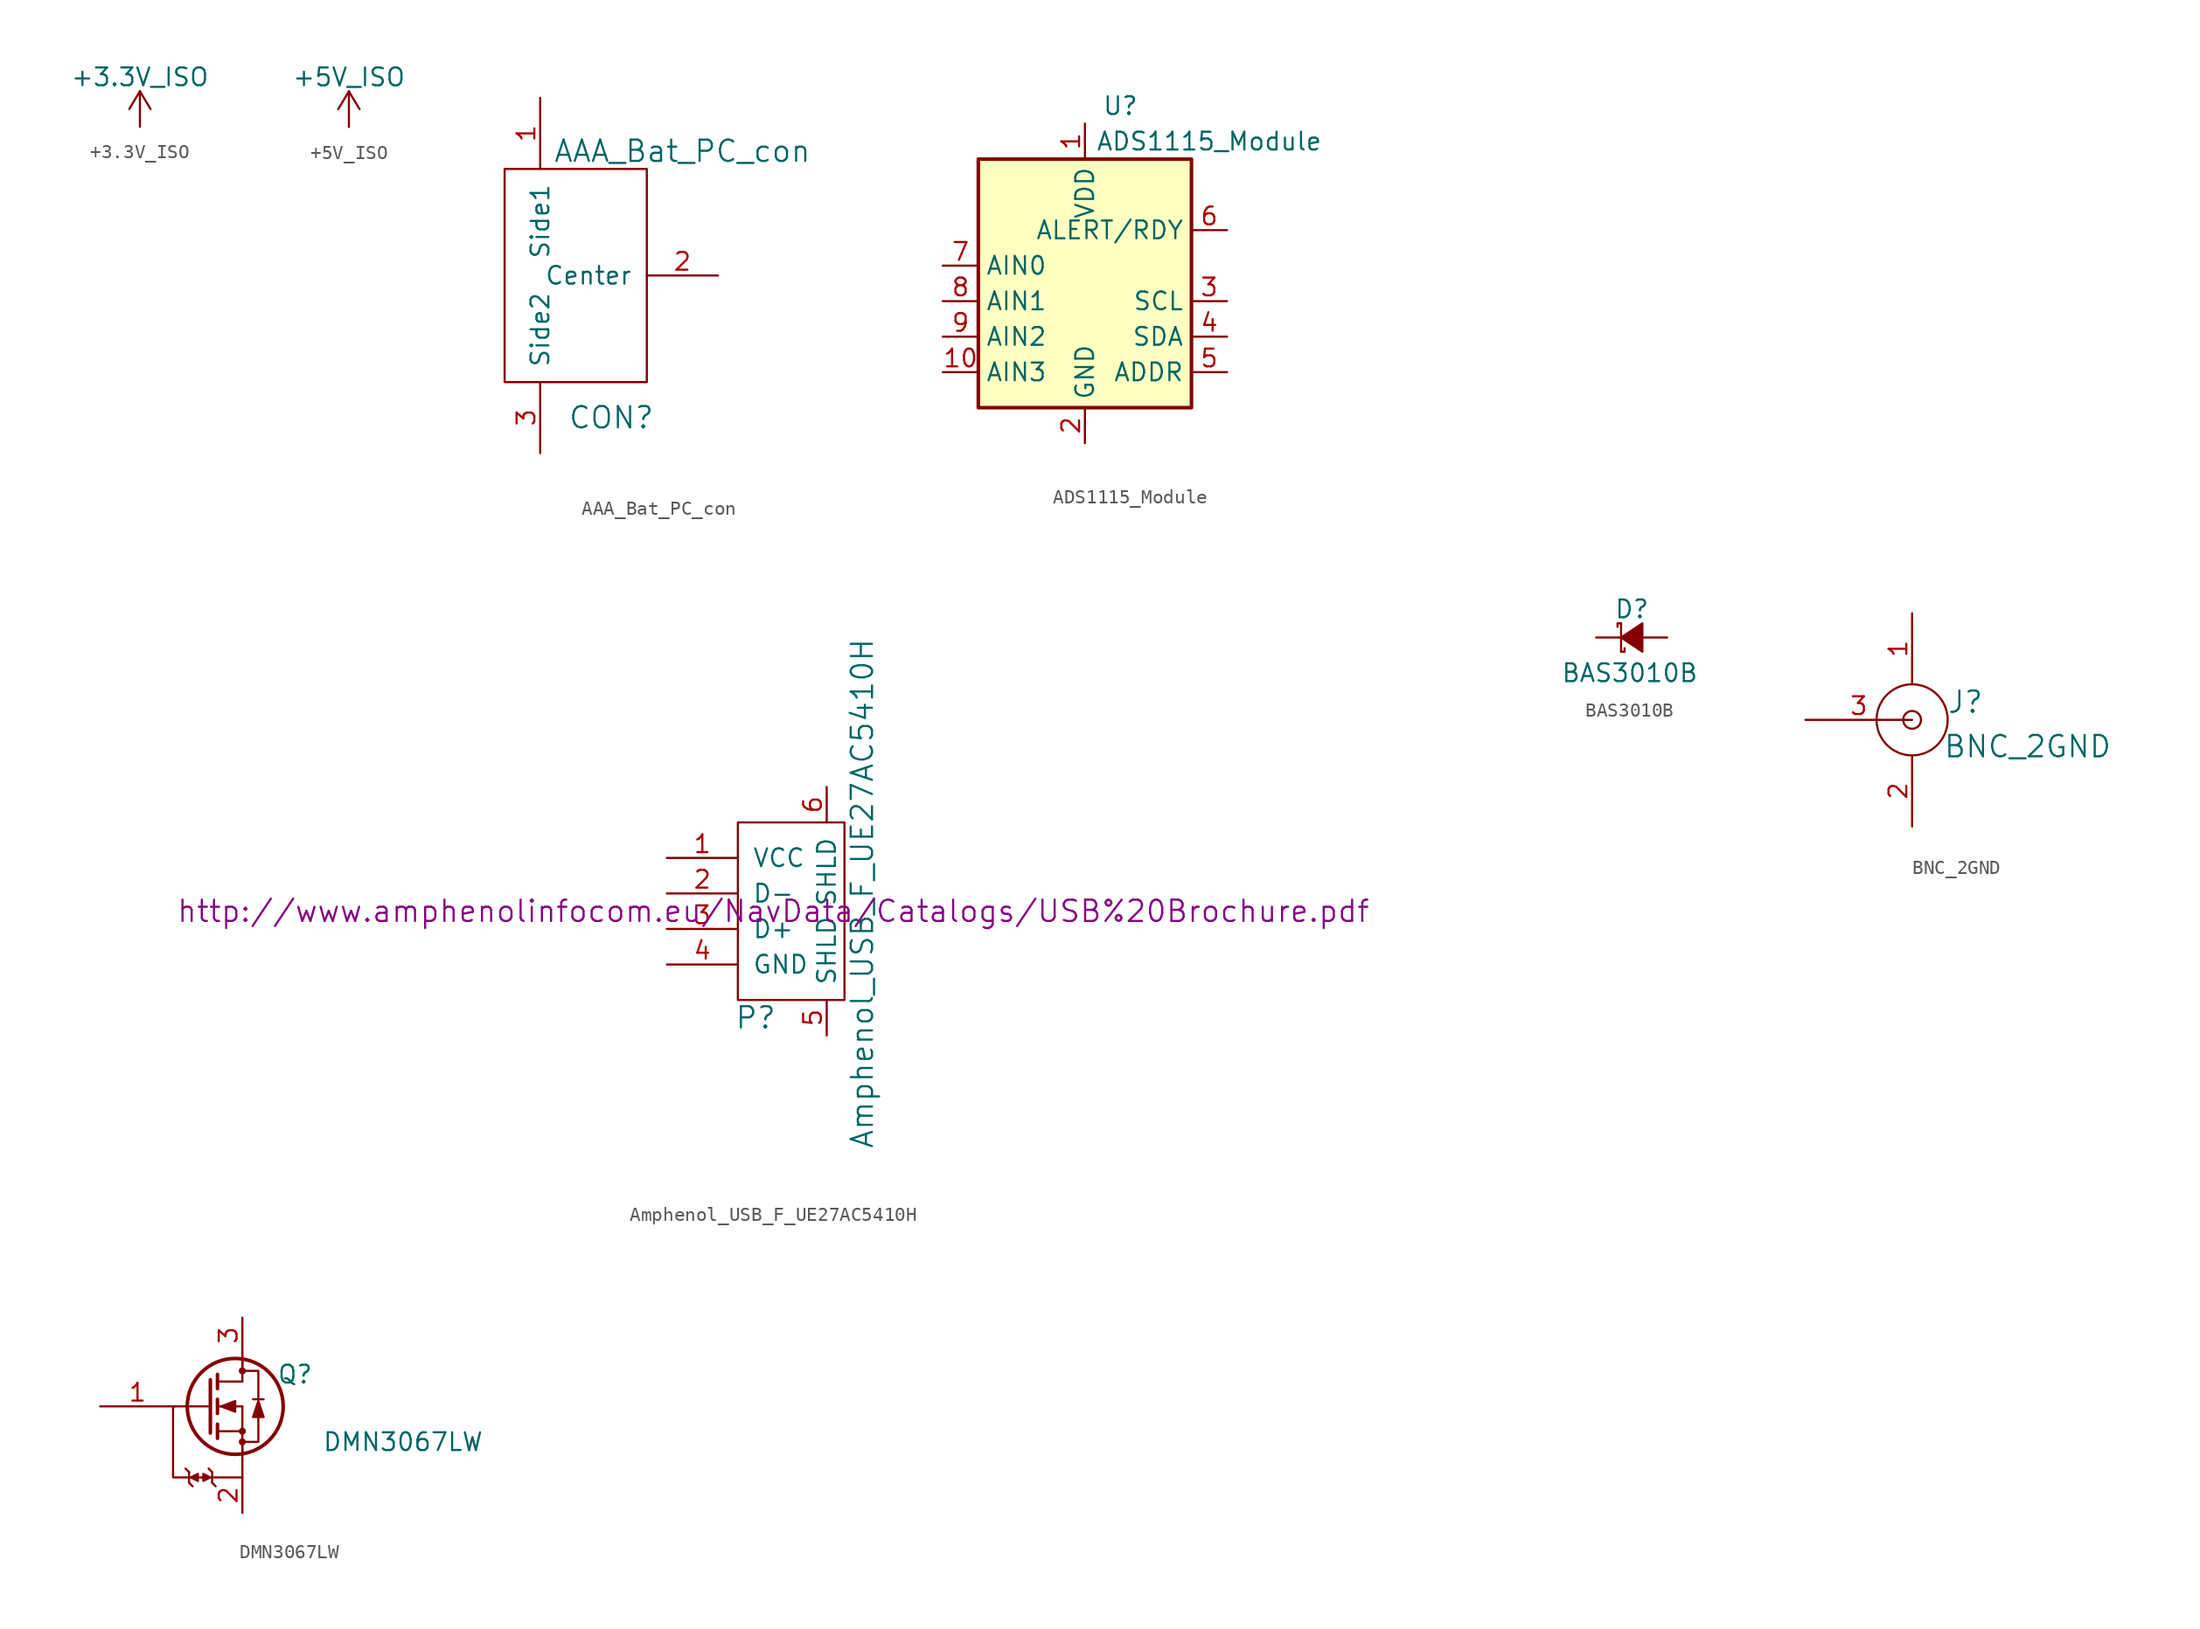
<source format=kicad_sym>
(kicad_symbol_lib
  (version 20211014)
  (generator kicad_symbol_editor)
  (symbol "+3.3V_ISO"
    (power)
    (pin_names
      (offset 0))
    (property "Reference" "#PWR"
      (at 0 -3.81 0)
      (effects (font (size 1.27 1.27)) hide))
    (property "Value" "+3.3V_ISO"
      (at 0 3.556 0)
      (effects (font (size 1.27 1.27))))
    (symbol "+3.3V_ISO_0_1"
      (polyline (pts (xy -0.762 1.27) (xy 0 2.54)) (stroke (width 0) (type default) (color 0 0 0 0)) (fill (type none)))
      (polyline (pts (xy 0 0) (xy 0 2.54)) (stroke (width 0) (type default) (color 0 0 0 0)) (fill (type none)))
      (polyline (pts (xy 0 2.54) (xy 0.762 1.27)) (stroke (width 0) (type default) (color 0 0 0 0)) (fill (type none))))
    (symbol "+3.3V_ISO_1_1"
      (pin power_in line (at 0 0 90) (length 0) hide (name "+3.3V_ISO" (effects (font (size 1.27 1.27)))) (number "1" (effects (font (size 1.27 1.27)))))))
  (symbol "+5V_ISO"
    (power)
    (pin_names
      (offset 0))
    (property "Reference" "#PWR"
      (at 0 -3.81 0)
      (effects (font (size 1.27 1.27)) hide))
    (property "Value" "+5V_ISO"
      (at 0 3.556 0)
      (effects (font (size 1.27 1.27))))
    (symbol "+5V_ISO_0_1"
      (polyline (pts (xy -0.762 1.27) (xy 0 2.54)) (stroke (width 0) (type default) (color 0 0 0 0)) (fill (type none)))
      (polyline (pts (xy 0 0) (xy 0 2.54)) (stroke (width 0) (type default) (color 0 0 0 0)) (fill (type none)))
      (polyline (pts (xy 0 2.54) (xy 0.762 1.27)) (stroke (width 0) (type default) (color 0 0 0 0)) (fill (type none))))
    (symbol "+5V_ISO_1_1"
      (pin power_in line (at 0 0 90) (length 0) hide (name "+5V_ISO" (effects (font (size 1.27 1.27)))) (number "1" (effects (font (size 1.27 1.27)))))))
  (symbol "AAA_Bat_PC_con"
    (pin_names
      (offset 1.016))
    (property "Reference" "CON"
      (at 5.08 -10.16 0)
      (effects (font (size 1.524 1.524))))
    (property "Value" "AAA_Bat_PC_con"
      (at 10.16 8.89 0)
      (effects (font (size 1.524 1.524))))
    (symbol "AAA_Bat_PC_con_0_1"
      (rectangle (start -2.54 7.62) (end 7.62 -7.62) (stroke (width 0) (type default) (color 0 0 0 0)) (fill (type none))))
    (symbol "AAA_Bat_PC_con_1_1"
      (pin passive line (at 0 12.7 270) (length 5.08) (name "Side1" (effects (font (size 1.27 1.27)))) (number "1" (effects (font (size 1.27 1.27)))))
      (pin passive line (at 12.7 0 180) (length 5.08) (name "Center" (effects (font (size 1.27 1.27)))) (number "2" (effects (font (size 1.27 1.27)))))
      (pin passive line (at 0 -12.7 90) (length 5.08) (name "Side2" (effects (font (size 1.27 1.27)))) (number "3" (effects (font (size 1.27 1.27)))))))
  (symbol "ADS1115_Module"
    (property "Reference" "U"
      (at 2.54 13.97 0)
      (effects (font (size 1.27 1.27))))
    (property "Value" "ADS1115_Module"
      (at 8.89 11.43 0)
      (effects (font (size 1.27 1.27))))
    (symbol "ADS1115_Module_0_1"
      (rectangle (start -7.62 10.16) (end 7.62 -7.62) (stroke (width 0.254) (type default) (color 0 0 0 0)) (fill (type background))))
    (symbol "ADS1115_Module_1_1"
      (pin power_in line (at 0 12.7 270) (length 2.54) (name "VDD" (effects (font (size 1.27 1.27)))) (number "1" (effects (font (size 1.27 1.27)))))
      (pin input line (at -10.16 -5.08 0) (length 2.54) (name "AIN3" (effects (font (size 1.27 1.27)))) (number "10" (effects (font (size 1.27 1.27)))))
      (pin power_in line (at 0 -10.16 90) (length 2.54) (name "GND" (effects (font (size 1.27 1.27)))) (number "2" (effects (font (size 1.27 1.27)))))
      (pin input line (at 10.16 0 180) (length 2.54) (name "SCL" (effects (font (size 1.27 1.27)))) (number "3" (effects (font (size 1.27 1.27)))))
      (pin bidirectional line (at 10.16 -2.54 180) (length 2.54) (name "SDA" (effects (font (size 1.27 1.27)))) (number "4" (effects (font (size 1.27 1.27)))))
      (pin input line (at 10.16 -5.08 180) (length 2.54) (name "ADDR" (effects (font (size 1.27 1.27)))) (number "5" (effects (font (size 1.27 1.27)))))
      (pin output line (at 10.16 5.08 180) (length 2.54) (name "ALERT/RDY" (effects (font (size 1.27 1.27)))) (number "6" (effects (font (size 1.27 1.27)))))
      (pin input line (at -10.16 2.54 0) (length 2.54) (name "AIN0" (effects (font (size 1.27 1.27)))) (number "7" (effects (font (size 1.27 1.27)))))
      (pin input line (at -10.16 0 0) (length 2.54) (name "AIN1" (effects (font (size 1.27 1.27)))) (number "8" (effects (font (size 1.27 1.27)))))
      (pin input line (at -10.16 -2.54 0) (length 2.54) (name "AIN2" (effects (font (size 1.27 1.27)))) (number "9" (effects (font (size 1.27 1.27)))))))
  (symbol "Amphenol_USB_F_UE27AC5410H"
    (pin_names
      (offset 1.016))
    (property "Reference" "P"
      (at -1.27 -7.62 0)
      (effects (font (size 1.524 1.524))))
    (property "Value" "Amphenol_USB_F_UE27AC5410H"
      (at 6.35 1.27 90)
      (effects (font (size 1.524 1.524))))
    (property "Footprint" ""
      (at 0 0 0)
      (effects (font (size 1.524 1.524))))
    (property "Datasheet" "http://www.amphenolinfocom.eu/NavData/Catalogs/USB%20Brochure.pdf"
      (at 0 0 0)
      (effects (font (size 1.524 1.524))))
    (symbol "Amphenol_USB_F_UE27AC5410H_0_1"
      (rectangle (start 5.08 6.35) (end -2.54 -6.35) (stroke (width 0) (type default) (color 0 0 0 0)) (fill (type none))))
    (symbol "Amphenol_USB_F_UE27AC5410H_1_1"
      (pin power_in line (at -7.62 3.81 0) (length 5.08) (name "VCC" (effects (font (size 1.27 1.27)))) (number "1" (effects (font (size 1.27 1.27)))))
      (pin passive line (at -7.62 1.27 0) (length 5.08) (name "D-" (effects (font (size 1.27 1.27)))) (number "2" (effects (font (size 1.27 1.27)))))
      (pin passive line (at -7.62 -1.27 0) (length 5.08) (name "D+" (effects (font (size 1.27 1.27)))) (number "3" (effects (font (size 1.27 1.27)))))
      (pin passive line (at -7.62 -3.81 0) (length 5.08) (name "GND" (effects (font (size 1.27 1.27)))) (number "4" (effects (font (size 1.27 1.27)))))
      (pin passive line (at 3.81 -8.89 90) (length 2.54) (name "SHLD" (effects (font (size 1.27 1.27)))) (number "5" (effects (font (size 1.27 1.27)))))
      (pin passive line (at 3.81 8.89 270) (length 2.54) (name "SHLD" (effects (font (size 1.27 1.27)))) (number "6" (effects (font (size 1.27 1.27)))))))
  (symbol "BAS3010B"
    (pin_numbers hide)
    (pin_names
      (offset 0.254) hide)
    (property "Reference" "D"
      (at -1.27 2.032 0)
      (effects (font (size 1.27 1.27)) (justify left)))
    (property "Value" "BAS3010B"
      (at -5.08 -2.54 0)
      (effects (font (size 1.27 1.27)) (justify left)))
    (symbol "BAS3010B_0_1"
      (polyline (pts (xy -0.762 -1.016) (xy -0.762 1.016)) (stroke (width 0) (type default) (color 0 0 0 0)) (fill (type none)))
      (polyline (pts (xy -0.762 -1.016) (xy -0.508 -1.016) (xy -0.508 -0.762)) (stroke (width 0) (type default) (color 0 0 0 0)) (fill (type none)))
      (polyline (pts (xy -0.762 1.016) (xy -1.016 1.016) (xy -1.016 0.762)) (stroke (width 0) (type default) (color 0 0 0 0)) (fill (type none)))
      (polyline (pts (xy 0.762 -1.016) (xy -0.762 0) (xy 0.762 1.016) (xy 0.762 -1.016)) (stroke (width 0) (type default) (color 0 0 0 0)) (fill (type outline))))
    (symbol "BAS3010B_1_1"
      (pin passive line (at -2.54 0 0) (length 1.778) (name "K" (effects (font (size 1.27 1.27)))) (number "1" (effects (font (size 1.27 1.27)))))
      (pin passive line (at 2.54 0 180) (length 1.778) (name "A" (effects (font (size 1.27 1.27)))) (number "2" (effects (font (size 1.27 1.27)))))))
  (symbol "BNC_2GND"
    (pin_names
      (offset 1.016))
    (property "Reference" "J"
      (at 3.81 1.27 0)
      (effects (font (size 1.524 1.524))))
    (property "Value" "BNC_2GND"
      (at 8.255 -1.905 0)
      (effects (font (size 1.524 1.524))))
    (symbol "BNC_2GND_0_1"
      (circle (center 0 0) (radius 0.635) (stroke (width 0) (type default) (color 0 0 0 0)) (fill (type none)))
      (circle (center 0 0) (radius 2.54) (stroke (width 0) (type default) (color 0 0 0 0)) (fill (type none))))
    (symbol "BNC_2GND_1_1"
      (pin passive line (at 0 7.62 270) (length 5.08) (name "~" (effects (font (size 1.27 1.27)))) (number "1" (effects (font (size 1.27 1.27)))))
      (pin passive line (at 0 -7.62 90) (length 5.08) (name "~" (effects (font (size 1.27 1.27)))) (number "2" (effects (font (size 1.27 1.27)))))
      (pin passive line (at -7.62 0 0) (length 7.62) (name "~" (effects (font (size 1.27 1.27)))) (number "3" (effects (font (size 1.27 1.27)))))))
  (symbol "DMN3067LW"
    (pin_names
      (offset 0) hide)
    (property "Reference" "Q"
      (at 7.62 2.286 0)
      (effects (font (size 1.27 1.27)) (justify right)))
    (property "Value" "DMN3067LW"
      (at 19.812 -2.54 0)
      (effects (font (size 1.27 1.27)) (justify right)))
    (property "Footprint" ""
      (at 5.08 2.54 0)
      (effects (font (size 1.27 1.27))))
    (property "Datasheet" ""
      (at 0 0 0)
      (effects (font (size 1.27 1.27))))
    (symbol "DMN3067LW_0_1"
      (polyline (pts (xy -1.27 -4.699) (xy -1.524 -4.445)) (stroke (width 0) (type default) (color 0 0 0 0)) (fill (type none)))
      (polyline (pts (xy 0.381 -5.461) (xy 0.635 -5.715)) (stroke (width 0) (type default) (color 0 0 0 0)) (fill (type none)))
      (polyline (pts (xy 0.381 -4.699) (xy 0.127 -4.445)) (stroke (width 0) (type default) (color 0 0 0 0)) (fill (type none)))
      (polyline (pts (xy 0.381 -4.699) (xy 0.381 -5.461)) (stroke (width 0) (type default) (color 0 0 0 0)) (fill (type none)))
      (polyline (pts (xy 0.762 -1.778) (xy 2.54 -1.778)) (stroke (width 0) (type default) (color 0 0 0 0)) (fill (type none)))
      (polyline (pts (xy 0.762 -1.27) (xy 0.762 -2.286)) (stroke (width 0.254) (type default) (color 0 0 0 0)) (fill (type none)))
      (polyline (pts (xy 0.762 0) (xy 2.54 0)) (stroke (width 0) (type default) (color 0 0 0 0)) (fill (type none)))
      (polyline (pts (xy 0.762 0.508) (xy 0.762 -0.508)) (stroke (width 0.254) (type default) (color 0 0 0 0)) (fill (type none)))
      (polyline (pts (xy 0.762 1.778) (xy 2.54 1.778)) (stroke (width 0) (type default) (color 0 0 0 0)) (fill (type none)))
      (polyline (pts (xy 0.762 2.286) (xy 0.762 1.27)) (stroke (width 0.254) (type default) (color 0 0 0 0)) (fill (type none)))
      (polyline (pts (xy 2.54 -5.08) (xy 0.381 -5.08)) (stroke (width 0) (type default) (color 0 0 0 0)) (fill (type none)))
      (polyline (pts (xy 2.54 -3.81) (xy 2.54 -5.08)) (stroke (width 0) (type default) (color 0 0 0 0)) (fill (type none)))
      (polyline (pts (xy 2.54 -3.81) (xy 2.54 -2.54)) (stroke (width 0) (type default) (color 0 0 0 0)) (fill (type none)))
      (polyline (pts (xy 2.54 -2.54) (xy 2.54 -3.429)) (stroke (width 0) (type default) (color 0 0 0 0)) (fill (type none)))
      (polyline (pts (xy 2.54 -1.778) (xy 2.54 -2.54)) (stroke (width 0) (type default) (color 0 0 0 0)) (fill (type none)))
      (polyline (pts (xy 2.54 -1.778) (xy 2.54 0)) (stroke (width 0) (type default) (color 0 0 0 0)) (fill (type none)))
      (polyline (pts (xy 2.54 2.54) (xy 2.54 1.778)) (stroke (width 0) (type default) (color 0 0 0 0)) (fill (type none)))
      (polyline (pts (xy 2.54 3.81) (xy 2.54 2.54)) (stroke (width 0) (type default) (color 0 0 0 0)) (fill (type none)))
      (polyline (pts (xy 3.302 0.508) (xy 4.064 0.508)) (stroke (width 0) (type default) (color 0 0 0 0)) (fill (type none)))
      (polyline (pts (xy -1.27 -4.699) (xy -1.27 -5.461) (xy -1.016 -5.715)) (stroke (width 0) (type default) (color 0 0 0 0)) (fill (type none)))
      (polyline (pts (xy 0.254 1.905) (xy 0.254 -1.905) (xy 0.254 -1.905)) (stroke (width 0.254) (type default) (color 0 0 0 0)) (fill (type none)))
      (polyline (pts (xy 2.54 -2.54) (xy 3.683 -2.54) (xy 3.683 -0.762)) (stroke (width 0) (type default) (color 0 0 0 0)) (fill (type none)))
      (polyline (pts (xy -0.635 -4.826) (xy -0.635 -5.334) (xy -1.143 -5.08) (xy -0.635 -4.826)) (stroke (width 0) (type default) (color 0 0 0 0)) (fill (type outline)))
      (polyline (pts (xy -0.254 -5.08) (xy -2.413 -5.08) (xy -2.413 0) (xy 0.254 0)) (stroke (width 0) (type default) (color 0 0 0 0)) (fill (type none)))
      (polyline (pts (xy 0.254 -5.08) (xy -0.254 -4.826) (xy -0.254 -5.334) (xy 0.254 -5.08)) (stroke (width 0) (type default) (color 0 0 0 0)) (fill (type outline)))
      (polyline (pts (xy 1.016 0) (xy 2.032 0.381) (xy 2.032 -0.381) (xy 1.016 0)) (stroke (width 0) (type default) (color 0 0 0 0)) (fill (type outline)))
      (polyline (pts (xy 3.302 -0.762) (xy 4.064 -0.762) (xy 3.683 0.381) (xy 3.302 -0.762)) (stroke (width 0) (type default) (color 0 0 0 0)) (fill (type outline)))
      (polyline (pts (xy 3.683 0.508) (xy 3.683 2.54) (xy 2.54 2.54) (xy 2.54 3.556)) (stroke (width 0) (type default) (color 0 0 0 0)) (fill (type none)))
      (circle (center 2.032 0) (radius 3.429) (stroke (width 0.254) (type default) (color 0 0 0 0)) (fill (type none)))
      (circle (center 2.54 -2.54) (radius 0.178) (stroke (width 0) (type default) (color 0 0 0 0)) (fill (type outline)))
      (circle (center 2.54 -1.778) (radius 0.178) (stroke (width 0) (type default) (color 0 0 0 0)) (fill (type outline)))
      (circle (center 2.54 2.54) (radius 0.178) (stroke (width 0) (type default) (color 0 0 0 0)) (fill (type outline))))
    (symbol "DMN3067LW_1_1"
      (pin input line (at -7.62 0 0) (length 5.334) (name "G" (effects (font (size 1.27 1.27)))) (number "1" (effects (font (size 1.27 1.27)))))
      (pin passive line (at 2.54 -7.62 90) (length 2.54) (name "S" (effects (font (size 1.27 1.27)))) (number "2" (effects (font (size 1.27 1.27)))))
      (pin passive line (at 2.54 6.35 270) (length 2.54) (name "D" (effects (font (size 1.27 1.27)))) (number "3" (effects (font (size 1.27 1.27))))))))
</source>
